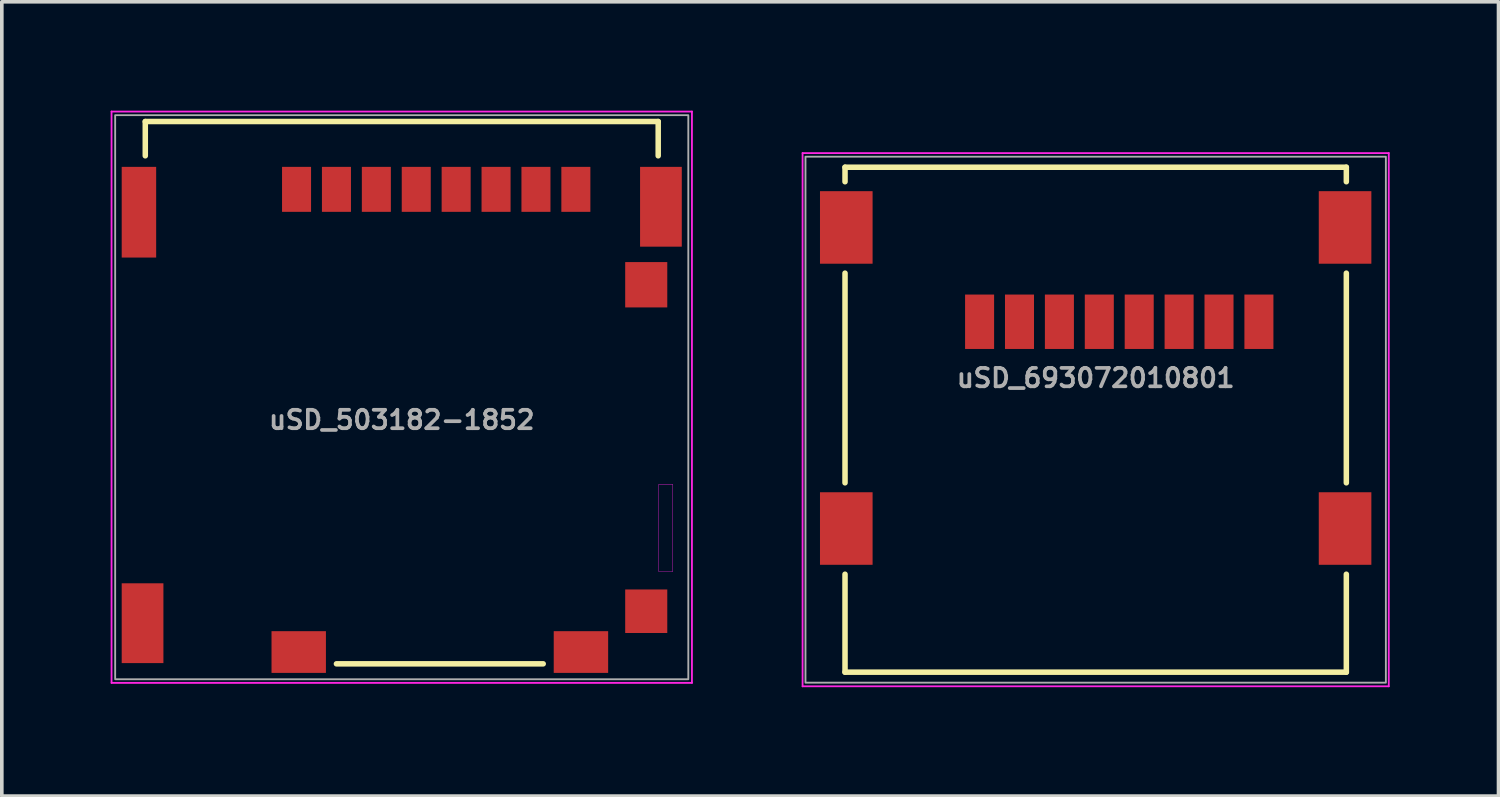
<source format=kicad_pcb>
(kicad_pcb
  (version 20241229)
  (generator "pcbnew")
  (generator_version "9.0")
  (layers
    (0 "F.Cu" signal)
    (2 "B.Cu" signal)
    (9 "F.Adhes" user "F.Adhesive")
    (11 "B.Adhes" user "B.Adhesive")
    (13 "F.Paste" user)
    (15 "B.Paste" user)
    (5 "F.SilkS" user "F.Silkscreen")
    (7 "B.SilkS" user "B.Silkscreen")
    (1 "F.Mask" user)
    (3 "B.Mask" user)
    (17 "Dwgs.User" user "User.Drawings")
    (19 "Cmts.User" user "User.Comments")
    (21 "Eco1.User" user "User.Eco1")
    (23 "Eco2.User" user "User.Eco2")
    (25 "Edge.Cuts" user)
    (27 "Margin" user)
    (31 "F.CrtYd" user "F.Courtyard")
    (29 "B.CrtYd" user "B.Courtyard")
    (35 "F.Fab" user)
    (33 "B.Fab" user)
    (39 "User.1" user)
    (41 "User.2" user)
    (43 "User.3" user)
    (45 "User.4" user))
  (footprint "uSD_693072010801"
    (layer "F.Cu")
    (at 27.155 7.37)
    (property "Reference" "uSD_693072010801" (at 0 0 0) (layer "F.Fab") (effects (font (size 0.508 0.508) (thickness 0.102))))
    (attr smd)
    (fp_line (start -6.91 -5.81) (end -6.91 -5.41) (stroke (width 0.152) (type solid)) (layer "F.SilkS"))
    (fp_line (start -6.91 -5.81) (end 6.91 -5.81) (stroke (width 0.152) (type solid)) (layer "F.SilkS"))
    (fp_line (start -6.91 -2.89) (end -6.91 2.89) (stroke (width 0.152) (type solid)) (layer "F.SilkS"))
    (fp_line (start -6.91 5.41) (end -6.91 8.11) (stroke (width 0.152) (type solid)) (layer "F.SilkS"))
    (fp_line (start 6.91 -5.81) (end 6.91 -5.41) (stroke (width 0.152) (type solid)) (layer "F.SilkS"))
    (fp_line (start 6.91 -2.89) (end 6.91 2.89) (stroke (width 0.152) (type solid)) (layer "F.SilkS"))
    (fp_line (start 6.91 5.41) (end 6.91 8.11) (stroke (width 0.152) (type solid)) (layer "F.SilkS"))
    (fp_line (start 6.91 8.11) (end -6.91 8.11) (stroke (width 0.152) (type solid)) (layer "F.SilkS"))
    (fp_line (start -5.5 -5.81) (end -5.5 -6.81) (stroke (width 0.12) (type solid)) (layer "Eco2.User"))
    (fp_line (start -5 -7.31) (end 5 -7.31) (stroke (width 0.12) (type solid)) (layer "Eco2.User"))
    (fp_line (start 5.5 -5.81) (end 5.5 -6.81) (stroke (width 0.12) (type solid)) (layer "Eco2.User"))
    (fp_arc (start -5.5 -6.81) (mid -5.353553 -7.163553) (end -5 -7.31) (stroke (width 0.12) (type solid)) (layer "Eco2.User"))
    (fp_arc (start 5 -7.31) (mid 5.353553 -7.163553) (end 5.5 -6.81) (stroke (width 0.12) (type solid)) (layer "Eco2.User"))
    (fp_line (start -8.08 -6.2) (end -8.08 8.5) (stroke (width 0.05) (type solid)) (layer "F.CrtYd"))
    (fp_line (start 8.08 -6.2) (end -8.08 -6.2) (stroke (width 0.05) (type solid)) (layer "F.CrtYd"))
    (fp_line (start 8.08 -6.2) (end 8.08 8.5) (stroke (width 0.05) (type solid)) (layer "F.CrtYd"))
    (fp_line (start 8.08 8.5) (end -8.08 8.5) (stroke (width 0.05) (type solid)) (layer "F.CrtYd"))
    (fp_rect (start -8 -6.1) (end 8 8.4) (stroke (width 0.051) (type solid)) (fill no) (layer "F.Fab"))
    (pad "1" smd rect (at -3.2 -1.55) (size 0.8 1.5) (layers "F.Cu" "F.Mask" "F.Paste"))
    (pad "2" smd rect (at -2.1 -1.55) (size 0.8 1.5) (layers "F.Cu" "F.Mask" "F.Paste"))
    (pad "3" smd rect (at -1 -1.55) (size 0.8 1.5) (layers "F.Cu" "F.Mask" "F.Paste"))
    (pad "4" smd rect (at 0.1 -1.55) (size 0.8 1.5) (layers "F.Cu" "F.Mask" "F.Paste"))
    (pad "5" smd rect (at 1.2 -1.55) (size 0.8 1.5) (layers "F.Cu" "F.Mask" "F.Paste"))
    (pad "6" smd rect (at 2.3 -1.55) (size 0.8 1.5) (layers "F.Cu" "F.Mask" "F.Paste"))
    (pad "7" smd rect (at 3.4 -1.55) (size 0.8 1.5) (layers "F.Cu" "F.Mask" "F.Paste"))
    (pad "8" smd rect (at 4.5 -1.55) (size 0.8 1.5) (layers "F.Cu" "F.Mask" "F.Paste"))
    (pad "9" smd rect (at -6.875 -4.15) (size 1.45 2) (layers "F.Cu" "F.Mask" "F.Paste"))
    (pad "9" smd rect (at -6.875 4.15) (size 1.45 2) (layers "F.Cu" "F.Mask" "F.Paste"))
    (pad "9" smd rect (at 6.875 -4.15) (size 1.45 2) (layers "F.Cu" "F.Mask" "F.Paste"))
    (pad "9" smd rect (at 6.875 4.15) (size 1.45 2) (layers "F.Cu" "F.Mask" "F.Paste")))
  (footprint "uSD_503182-1852"
    (layer "F.Cu")
    (at 8.025 8.525)
    (property "Reference" "uSD_503182-1852" (at 0 0 180) (layer "F.Fab") (effects (font (size 0.508 0.508) (thickness 0.102))))
    (attr smd)
    (fp_line (start -7.07 -8.225) (end 7.07 -8.225) (stroke (width 0.152) (type solid)) (layer "F.SilkS"))
    (fp_line (start -7.07 -7.28) (end -7.07 -8.225) (stroke (width 0.152) (type solid)) (layer "F.SilkS"))
    (fp_line (start -1.8 6.725) (end 3.9 6.725) (stroke (width 0.152) (type solid)) (layer "F.SilkS"))
    (fp_line (start 7.07 -8.225) (end 7.07 -7.28) (stroke (width 0.152) (type solid)) (layer "F.SilkS"))
    (fp_line (start -8 -8.5) (end -8 7.25) (stroke (width 0.05) (type solid)) (layer "F.CrtYd"))
    (fp_line (start -8 7.25) (end 8 7.25) (stroke (width 0.05) (type solid)) (layer "F.CrtYd"))
    (fp_line (start 8 -8.5) (end -8 -8.5) (stroke (width 0.05) (type solid)) (layer "F.CrtYd"))
    (fp_line (start 8 7.25) (end 8 -8.5) (stroke (width 0.05) (type solid)) (layer "F.CrtYd"))
    (fp_poly (pts (xy 7.085 1.775) (xy 7.47 1.775) (xy 7.47 4.184) (xy 7.085 4.184)) (stroke (width 0.01) (type solid)) (fill no) (layer "F.CrtYd"))
    (fp_rect (start -7.9 -8.4) (end 7.9 7.15) (stroke (width 0.051) (type solid)) (fill no) (layer "F.Fab"))
    (pad "1" smd rect (at -2.9 -6.355) (size 0.8 1.24) (layers "F.Cu" "F.Mask" "F.Paste"))
    (pad "2" smd rect (at -1.8 -6.355) (size 0.8 1.24) (layers "F.Cu" "F.Mask" "F.Paste"))
    (pad "3" smd rect (at -0.7 -6.355) (size 0.8 1.24) (layers "F.Cu" "F.Mask" "F.Paste"))
    (pad "4" smd rect (at 0.4 -6.355) (size 0.8 1.24) (layers "F.Cu" "F.Mask" "F.Paste"))
    (pad "5" smd rect (at 1.5 -6.355) (size 0.8 1.24) (layers "F.Cu" "F.Mask" "F.Paste"))
    (pad "6" smd rect (at 2.6 -6.355) (size 0.8 1.24) (layers "F.Cu" "F.Mask" "F.Paste"))
    (pad "7" smd rect (at 3.7 -6.355) (size 0.8 1.24) (layers "F.Cu" "F.Mask" "F.Paste"))
    (pad "8" smd rect (at 4.8 -6.355) (size 0.8 1.24) (layers "F.Cu" "F.Mask" "F.Paste"))
    (pad "DT" smd rect (at 6.74 5.275) (size 1.16 1.2) (layers "F.Cu" "F.Mask" "F.Paste"))
    (pad "P1" smd rect (at -7.245 -5.725) (size 0.95 2.5) (layers "F.Cu" "F.Mask" "F.Paste"))
    (pad "P2" smd rect (at 7.145 -5.875) (size 1.15 2.2) (layers "F.Cu" "F.Mask" "F.Paste"))
    (pad "P3" smd rect (at -7.145 5.605) (size 1.15 2.2) (layers "F.Cu" "F.Mask" "F.Paste"))
    (pad "P4" smd rect (at -2.84 6.4) (size 1.5 1.15) (layers "F.Cu" "F.Mask" "F.Paste"))
    (pad "P5" smd rect (at 4.94 6.4) (size 1.5 1.15) (layers "F.Cu" "F.Mask" "F.Paste"))
    (pad "SW" smd rect (at 6.74 -3.725) (size 1.16 1.25) (layers "F.Cu" "F.Mask" "F.Paste")))
  (gr_rect
    (start -3 -3)
    (end 38.26 18.895)
    (stroke (width 0.1) (type default))
    (fill no)
    (layer "Edge.Cuts")))
</source>
